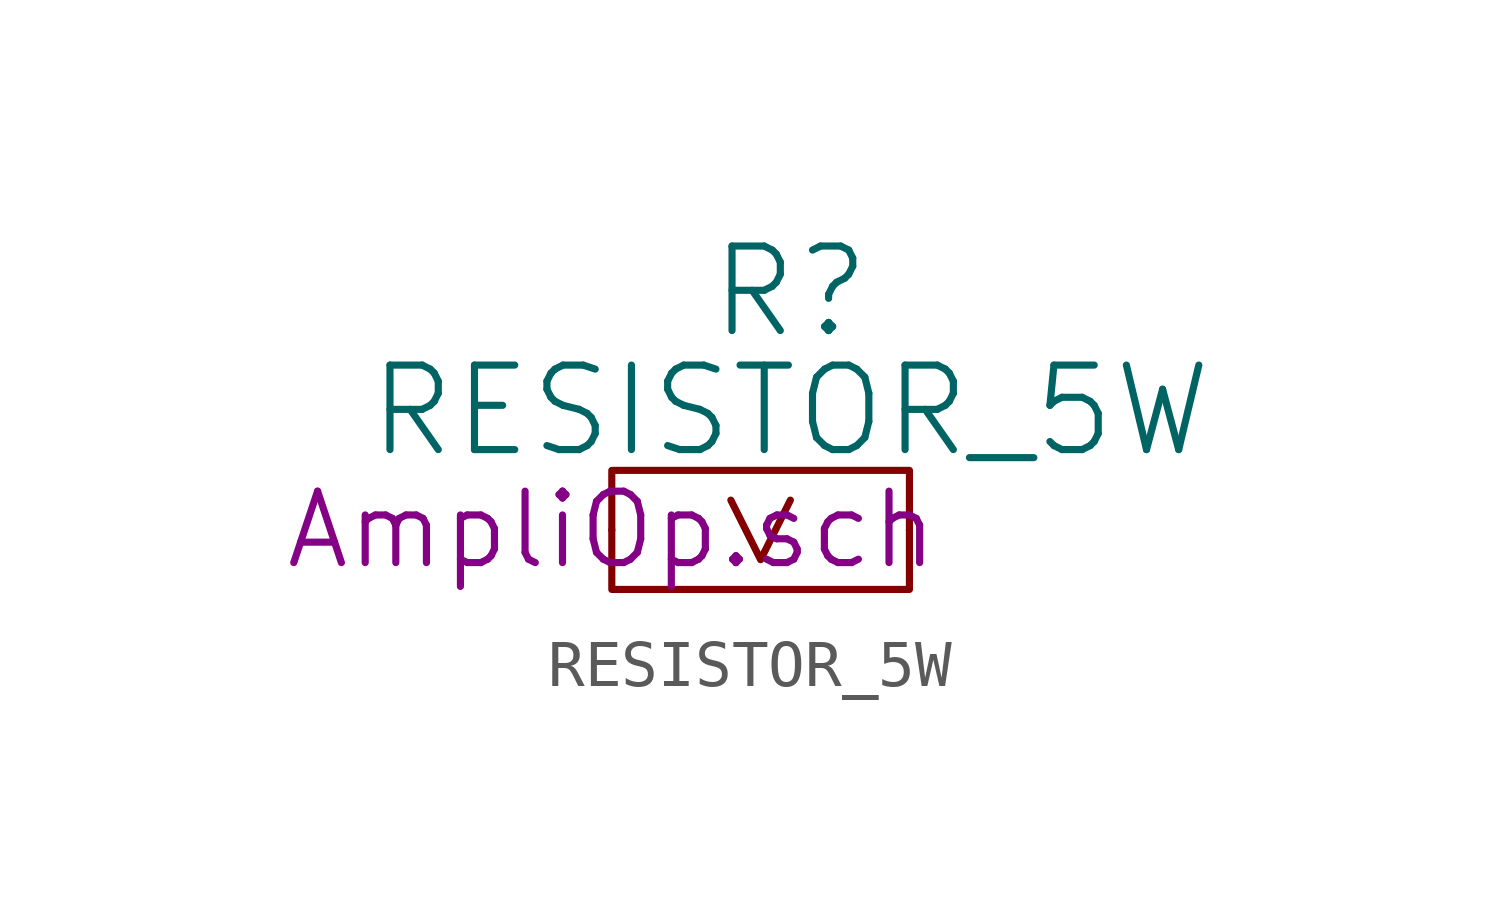
<source format=kicad_sym>
(kicad_symbol_lib
  (version 20211014)
  (generator kicad_symbol_editor)
  (symbol "RESISTOR_5W"
    (pin_numbers hide)
    (property "Reference" "R"
      (at 3.81 5.08 0)
      (effects (font (size 1.803 1.803))))
    (property "Value" "RESISTOR_5W"
      (at 3.81 2.54 0)
      (effects (font (size 1.803 1.803))))
    (property "Footprint" ""
      (at 0 0 0)
      (effects (font (size 1.524 1.524))))
    (property "Datasheet" "AmpliOp.sch"
      (at 0 0 0)
      (effects (font (size 1.524 1.524))))
    (symbol "RESISTOR_5W_0_1"
      (polyline (pts (xy 2.54 0.635) (xy 3.175 -0.635) (xy 3.81 0.635)) (stroke (width 0) (type default) (color 0 0 0 0)) (fill (type none)))
      (rectangle (start 0 1.27) (end 6.35 -1.27) (stroke (width 0) (type default) (color 0 0 0 0)) (fill (type none))))
    (symbol "RESISTOR_5W_1_1"
      (pin passive line (at 0 0 0) (length 0) (name "~" (effects (font (size 1.27 1.27)))) (number "1" (effects (font (size 1.27 1.27)))))
      (pin passive line (at 6.35 0 180) (length 0) (name "~" (effects (font (size 1.27 1.27)))) (number "2" (effects (font (size 1.27 1.27))))))))
</source>
